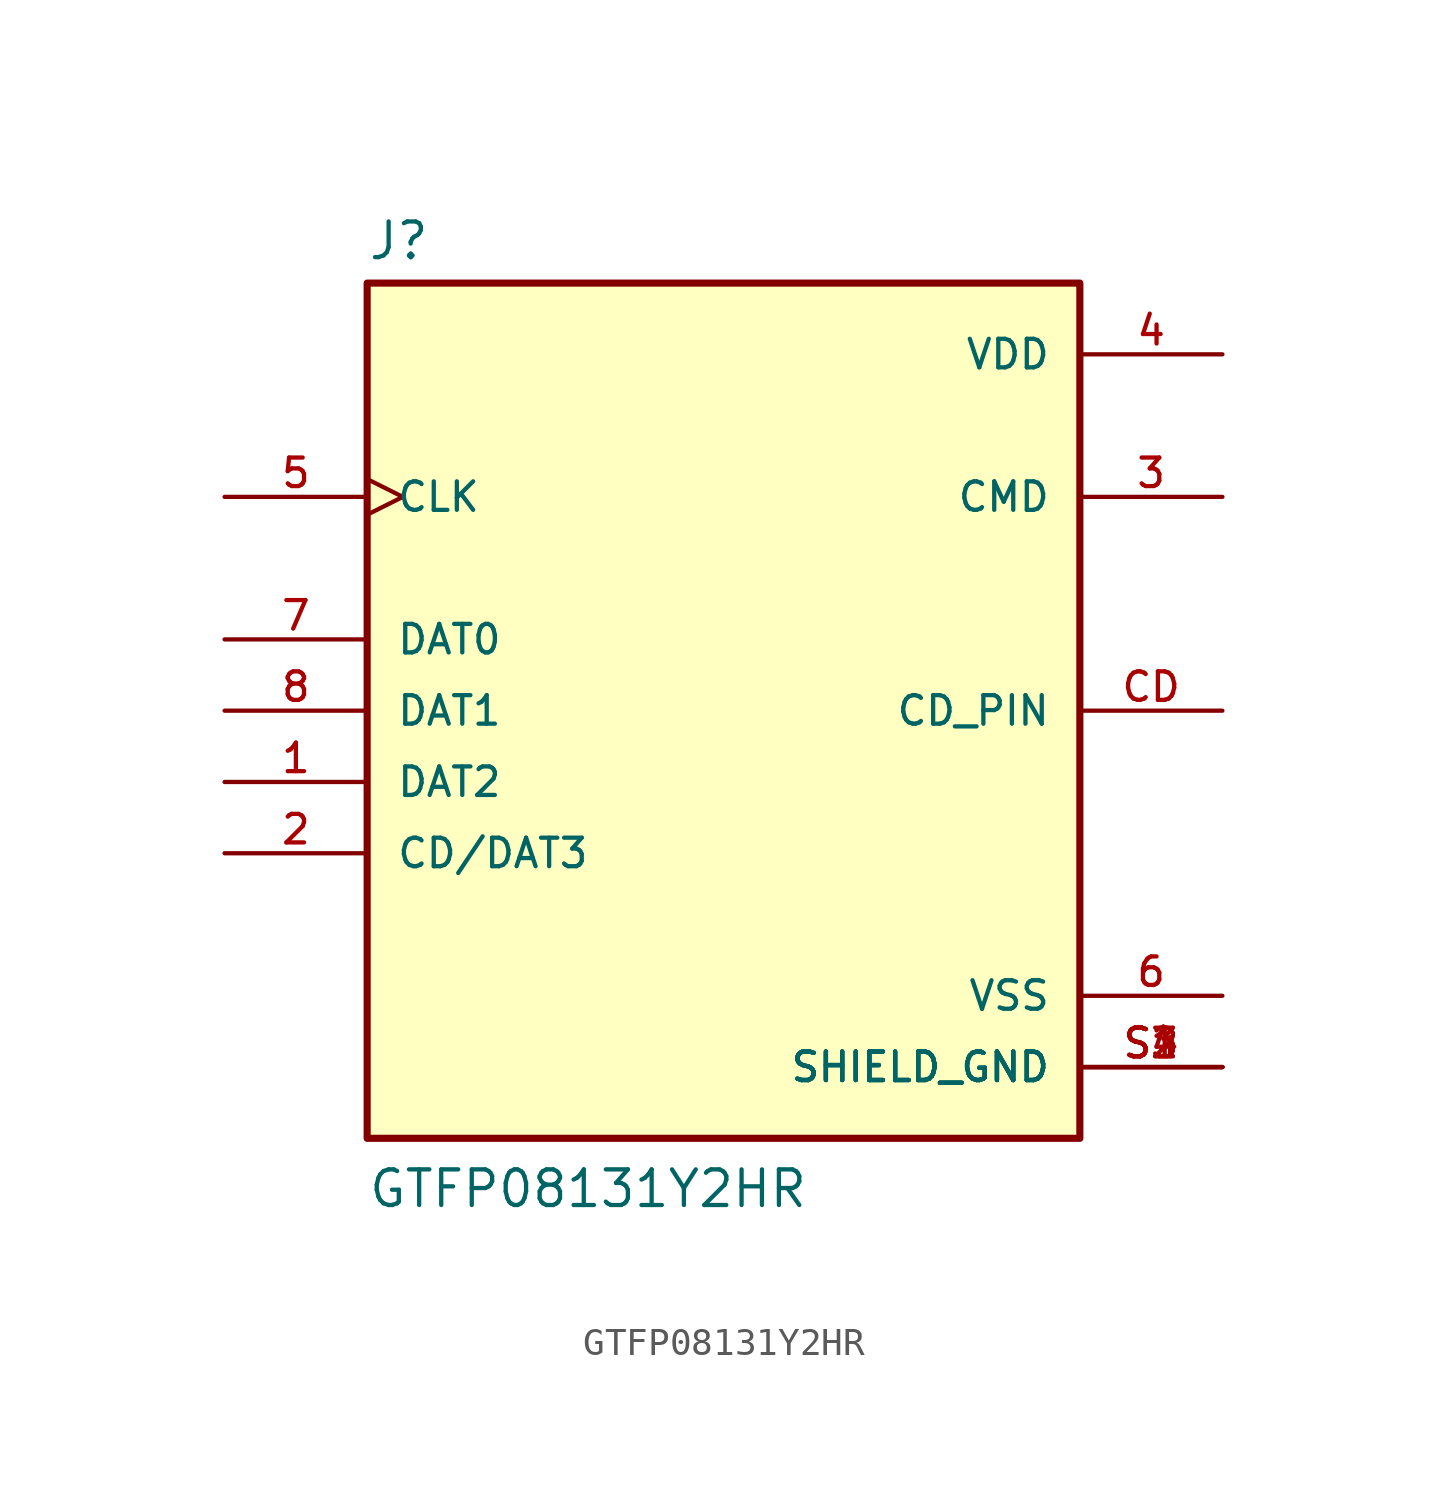
<source format=kicad_sym>
(kicad_symbol_lib
  (version 20211014)
  (generator kicad_symbol_editor)
  (symbol "GTFP08131Y2HR"
    (pin_names
      (offset 1.016))
    (property "Reference" "J"
      (at -12.7 16.002 0)
      (effects (font (size 1.27 1.27)) (justify bottom left)))
    (property "Value" "GTFP08131Y2HR"
      (at -12.7 -17.78 0)
      (effects (font (size 1.27 1.27)) (justify bottom left)))
    (symbol "GTFP08131Y2HR_0_0"
      (rectangle (start -12.7 -15.24) (end 12.7 15.24) (stroke (width 0.254)) (fill (type background)))
      (pin bidirectional line (at -17.78 -2.54 0) (length 5.08) (name "DAT2" (effects (font (size 1.016 1.016)))) (number "1" (effects (font (size 1.016 1.016)))))
      (pin bidirectional line (at -17.78 -5.08 0) (length 5.08) (name "CD/DAT3" (effects (font (size 1.016 1.016)))) (number "2" (effects (font (size 1.016 1.016)))))
      (pin power_in line (at 17.78 12.7 180.0) (length 5.08) (name "VDD" (effects (font (size 1.016 1.016)))) (number "4" (effects (font (size 1.016 1.016)))))
      (pin bidirectional line (at 17.78 7.62 180.0) (length 5.08) (name "CMD" (effects (font (size 1.016 1.016)))) (number "3" (effects (font (size 1.016 1.016)))))
      (pin bidirectional clock (at -17.78 7.62 0) (length 5.08) (name "CLK" (effects (font (size 1.016 1.016)))) (number "5" (effects (font (size 1.016 1.016)))))
      (pin power_in line (at 17.78 -10.16 180.0) (length 5.08) (name "VSS" (effects (font (size 1.016 1.016)))) (number "6" (effects (font (size 1.016 1.016)))))
      (pin bidirectional line (at -17.78 0.0 0) (length 5.08) (name "DAT1" (effects (font (size 1.016 1.016)))) (number "8" (effects (font (size 1.016 1.016)))))
      (pin bidirectional line (at -17.78 2.54 0) (length 5.08) (name "DAT0" (effects (font (size 1.016 1.016)))) (number "7" (effects (font (size 1.016 1.016)))))
      (pin power_in line (at 17.78 -12.7 180.0) (length 5.08) (name "SHIELD_GND" (effects (font (size 1.016 1.016)))) (number "S1" (effects (font (size 1.016 1.016)))))
      (pin power_in line (at 17.78 -12.7 180.0) (length 5.08) (name "SHIELD_GND" (effects (font (size 1.016 1.016)))) (number "S2" (effects (font (size 1.016 1.016)))))
      (pin power_in line (at 17.78 -12.7 180.0) (length 5.08) (name "SHIELD_GND" (effects (font (size 1.016 1.016)))) (number "S3" (effects (font (size 1.016 1.016)))))
      (pin power_in line (at 17.78 -12.7 180.0) (length 5.08) (name "SHIELD_GND" (effects (font (size 1.016 1.016)))) (number "S4" (effects (font (size 1.016 1.016)))))
      (pin bidirectional line (at 17.78 0.0 180.0) (length 5.08) (name "CD_PIN" (effects (font (size 1.016 1.016)))) (number "CD" (effects (font (size 1.016 1.016))))))))
</source>
